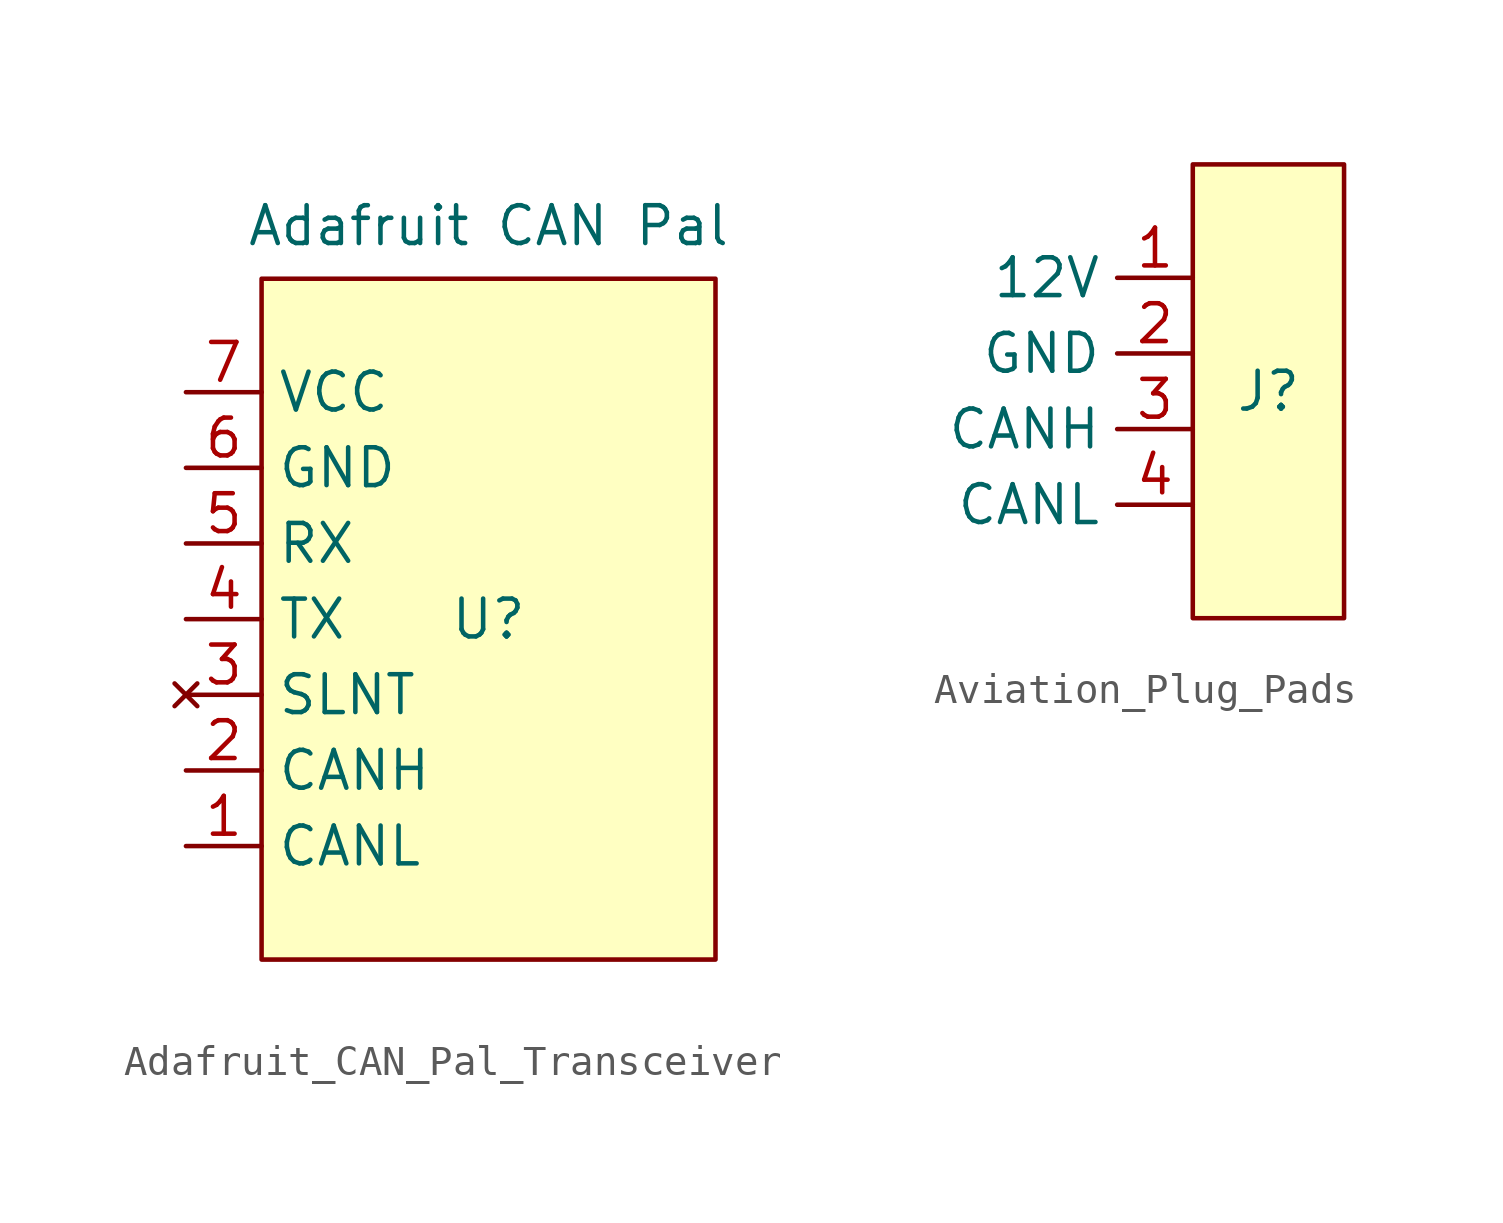
<source format=kicad_sym>
(kicad_symbol_lib
  (version 20231120)
  (generator "kicad_symbol_editor")
  (generator_version "8.0")
  (symbol "Adafruit_CAN_Pal_Transceiver"
    (property "Reference" "U"
      (at 0 0 0)
      (effects (font (size 1.27 1.27))))
    (property "Value" "Adafruit CAN Pal"
      (at 0 13.208 0)
      (effects (font (size 1.27 1.27))))
    (symbol "Adafruit_CAN_Pal_Transceiver_1_1"
      (rectangle (start -7.62 11.43) (end 7.62 -11.43) (stroke (width 0) (type default)) (fill (type background)))
      (pin bidirectional line (at -10.16 -7.62 0) (length 2.54) (name "CANL" (effects (font (size 1.27 1.27)))) (number "1" (effects (font (size 1.27 1.27)))))
      (pin bidirectional line (at -10.16 -5.08 0) (length 2.54) (name "CANH" (effects (font (size 1.27 1.27)))) (number "2" (effects (font (size 1.27 1.27)))))
      (pin no_connect line (at -10.16 -2.54 0) (length 2.54) (name "SLNT" (effects (font (size 1.27 1.27)))) (number "3" (effects (font (size 1.27 1.27)))))
      (pin bidirectional line (at -10.16 0 0) (length 2.54) (name "TX" (effects (font (size 1.27 1.27)))) (number "4" (effects (font (size 1.27 1.27)))))
      (pin bidirectional line (at -10.16 2.54 0) (length 2.54) (name "RX" (effects (font (size 1.27 1.27)))) (number "5" (effects (font (size 1.27 1.27)))))
      (pin power_in line (at -10.16 5.08 0) (length 2.54) (name "GND" (effects (font (size 1.27 1.27)))) (number "6" (effects (font (size 1.27 1.27)))))
      (pin power_in line (at -10.16 7.62 0) (length 2.54) (name "VCC" (effects (font (size 1.27 1.27)))) (number "7" (effects (font (size 1.27 1.27)))))))
  (symbol "Aviation_Plug_Pads"
    (property "Reference" "J"
      (at 0 0 0)
      (effects (font (size 1.27 1.27))))
    (property "Value" ""
      (at 0 1.27 0)
      (effects (font (size 1.27 1.27))))
    (symbol "Aviation_Plug_Pads_1_1"
      (rectangle (start -2.54 7.62) (end 2.54 -7.62) (stroke (width 0) (type default)) (fill (type background)))
      (pin power_in line (at -2.54 3.81 180) (length 2.54) (name "12V" (effects (font (size 1.27 1.27)))) (number "1" (effects (font (size 1.27 1.27)))))
      (pin power_in line (at -2.54 1.27 180) (length 2.54) (name "GND" (effects (font (size 1.27 1.27)))) (number "2" (effects (font (size 1.27 1.27)))))
      (pin bidirectional line (at -2.54 -1.27 180) (length 2.54) (name "CANH" (effects (font (size 1.27 1.27)))) (number "3" (effects (font (size 1.27 1.27)))))
      (pin bidirectional line (at -2.54 -3.81 180) (length 2.54) (name "CANL" (effects (font (size 1.27 1.27)))) (number "4" (effects (font (size 1.27 1.27))))))))
</source>
